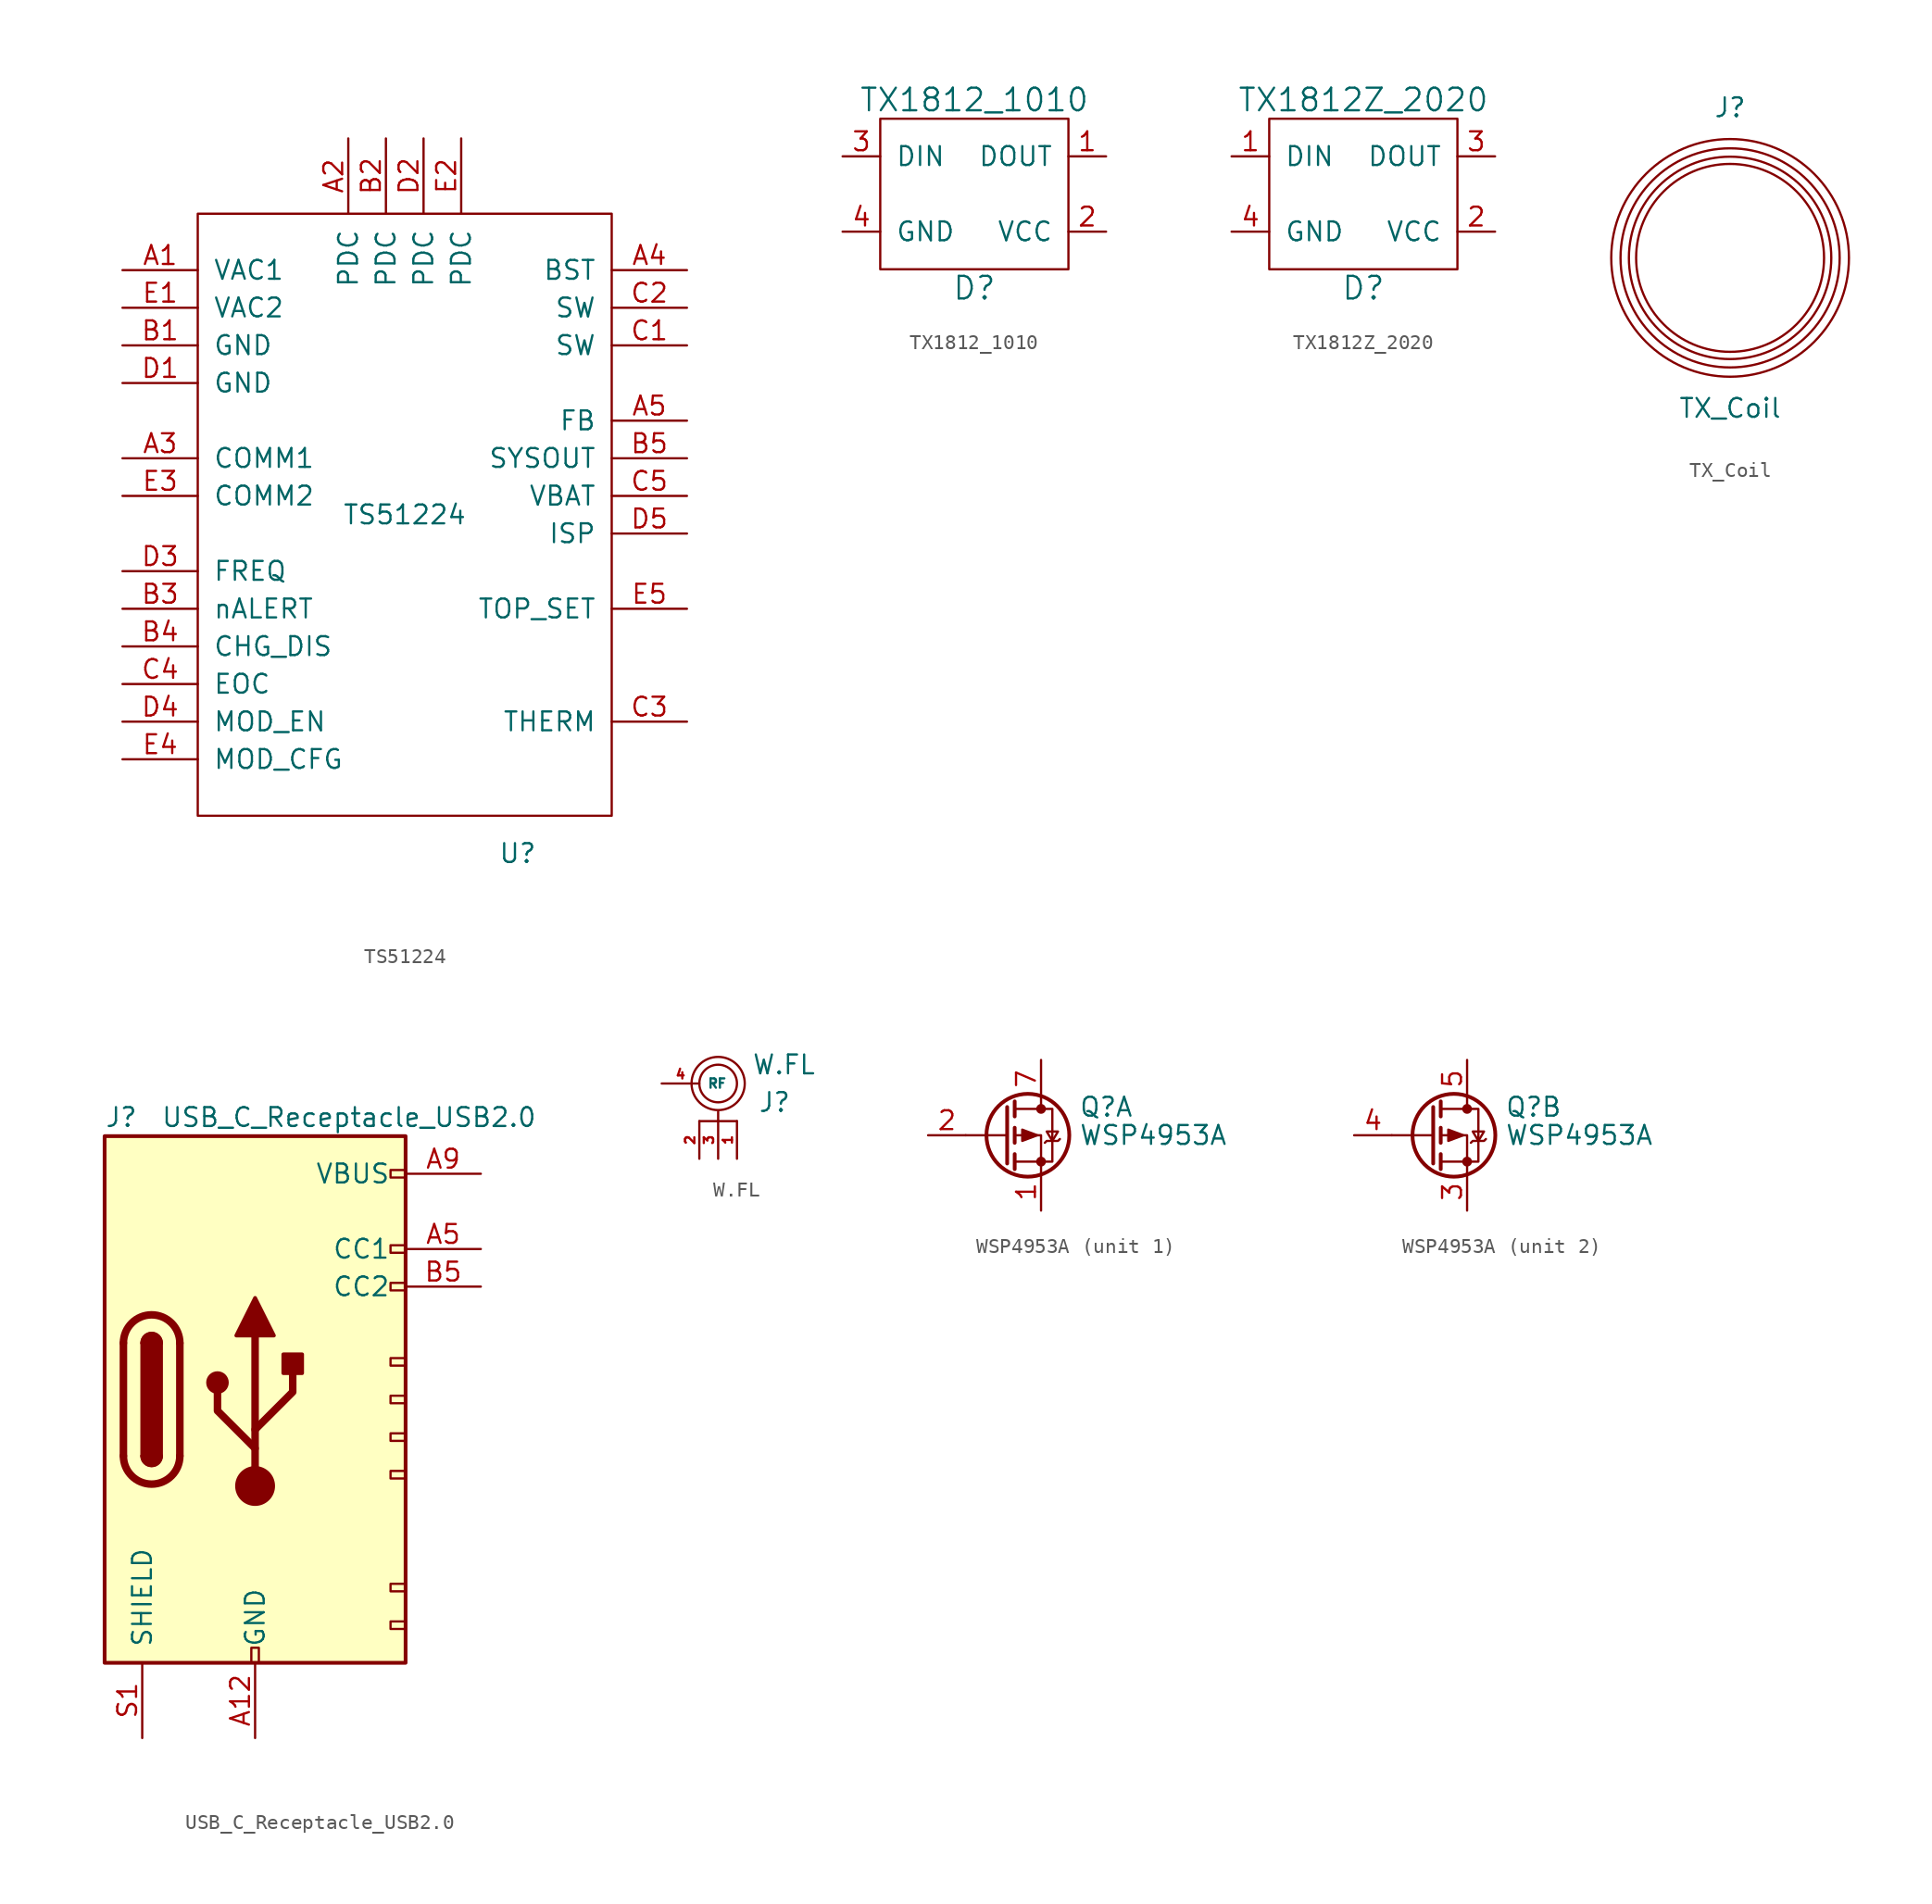
<source format=kicad_sym>
(kicad_symbol_lib
  (version 20231120)
  (generator "kicad_symbol_editor")
  (generator_version "8.0")
  (symbol "TS51224"
    (pin_names
      (offset 1.016))
    (property "Reference" "U"
      (at 7.62 -22.86 0)
      (effects (font (size 1.27 1.27))))
    (property "Value" "TS51224"
      (at 0 0 0)
      (effects (font (size 1.27 1.27))))
    (symbol "TS51224_0_1"
      (rectangle (start -13.97 20.32) (end 13.97 -20.32) (stroke (width 0) (type default)) (fill (type none))))
    (symbol "TS51224_1_1"
      (pin input line (at -19.05 16.51 0) (length 5.08) (name "VAC1" (effects (font (size 1.27 1.27)))) (number "A1" (effects (font (size 1.27 1.27)))))
      (pin power_in line (at -3.81 25.4 270) (length 5.08) (name "PDC" (effects (font (size 1.27 1.27)))) (number "A2" (effects (font (size 1.27 1.27)))))
      (pin input line (at -19.05 3.81 0) (length 5.08) (name "COMM1" (effects (font (size 1.27 1.27)))) (number "A3" (effects (font (size 1.27 1.27)))))
      (pin output line (at 19.05 16.51 180) (length 5.08) (name "BST" (effects (font (size 1.27 1.27)))) (number "A4" (effects (font (size 1.27 1.27)))))
      (pin input line (at 19.05 6.35 180) (length 5.08) (name "FB" (effects (font (size 1.27 1.27)))) (number "A5" (effects (font (size 1.27 1.27)))))
      (pin power_in line (at -19.05 11.43 0) (length 5.08) (name "GND" (effects (font (size 1.27 1.27)))) (number "B1" (effects (font (size 1.27 1.27)))))
      (pin power_in line (at -1.27 25.4 270) (length 5.08) (name "PDC" (effects (font (size 1.27 1.27)))) (number "B2" (effects (font (size 1.27 1.27)))))
      (pin output line (at -19.05 -6.35 0) (length 5.08) (name "nALERT" (effects (font (size 1.27 1.27)))) (number "B3" (effects (font (size 1.27 1.27)))))
      (pin input line (at -19.05 -8.89 0) (length 5.08) (name "CHG_DIS" (effects (font (size 1.27 1.27)))) (number "B4" (effects (font (size 1.27 1.27)))))
      (pin power_out line (at 19.05 3.81 180) (length 5.08) (name "SYSOUT" (effects (font (size 1.27 1.27)))) (number "B5" (effects (font (size 1.27 1.27)))))
      (pin output line (at 19.05 11.43 180) (length 5.08) (name "SW" (effects (font (size 1.27 1.27)))) (number "C1" (effects (font (size 1.27 1.27)))))
      (pin output line (at 19.05 13.97 180) (length 5.08) (name "SW" (effects (font (size 1.27 1.27)))) (number "C2" (effects (font (size 1.27 1.27)))))
      (pin input line (at 19.05 -13.97 180) (length 5.08) (name "THERM" (effects (font (size 1.27 1.27)))) (number "C3" (effects (font (size 1.27 1.27)))))
      (pin output line (at -19.05 -11.43 0) (length 5.08) (name "EOC" (effects (font (size 1.27 1.27)))) (number "C4" (effects (font (size 1.27 1.27)))))
      (pin power_out line (at 19.05 1.27 180) (length 5.08) (name "VBAT" (effects (font (size 1.27 1.27)))) (number "C5" (effects (font (size 1.27 1.27)))))
      (pin power_in line (at -19.05 8.89 0) (length 5.08) (name "GND" (effects (font (size 1.27 1.27)))) (number "D1" (effects (font (size 1.27 1.27)))))
      (pin power_in line (at 1.27 25.4 270) (length 5.08) (name "PDC" (effects (font (size 1.27 1.27)))) (number "D2" (effects (font (size 1.27 1.27)))))
      (pin output line (at -19.05 -3.81 0) (length 5.08) (name "FREQ" (effects (font (size 1.27 1.27)))) (number "D3" (effects (font (size 1.27 1.27)))))
      (pin input line (at -19.05 -13.97 0) (length 5.08) (name "MOD_EN" (effects (font (size 1.27 1.27)))) (number "D4" (effects (font (size 1.27 1.27)))))
      (pin input line (at 19.05 -1.27 180) (length 5.08) (name "ISP" (effects (font (size 1.27 1.27)))) (number "D5" (effects (font (size 1.27 1.27)))))
      (pin input line (at -19.05 13.97 0) (length 5.08) (name "VAC2" (effects (font (size 1.27 1.27)))) (number "E1" (effects (font (size 1.27 1.27)))))
      (pin power_in line (at 3.81 25.4 270) (length 5.08) (name "PDC" (effects (font (size 1.27 1.27)))) (number "E2" (effects (font (size 1.27 1.27)))))
      (pin input line (at -19.05 1.27 0) (length 5.08) (name "COMM2" (effects (font (size 1.27 1.27)))) (number "E3" (effects (font (size 1.27 1.27)))))
      (pin input line (at -19.05 -16.51 0) (length 5.08) (name "MOD_CFG" (effects (font (size 1.27 1.27)))) (number "E4" (effects (font (size 1.27 1.27)))))
      (pin input line (at 19.05 -6.35 180) (length 5.08) (name "TOP_SET" (effects (font (size 1.27 1.27)))) (number "E5" (effects (font (size 1.27 1.27)))))))
  (symbol "TX1812_1010"
    (pin_names
      (offset 1.016))
    (property "Reference" "D"
      (at 0 -6.35 0)
      (effects (font (size 1.524 1.524))))
    (property "Value" "TX1812_1010"
      (at 0 6.35 0)
      (effects (font (size 1.524 1.524))))
    (symbol "TX1812_1010_0_1"
      (rectangle (start -6.35 5.08) (end 6.35 -5.08) (stroke (width 0) (type default)) (fill (type none))))
    (symbol "TX1812_1010_1_1"
      (pin output line (at 8.89 2.54 180) (length 2.54) (name "DOUT" (effects (font (size 1.27 1.27)))) (number "1" (effects (font (size 1.27 1.27)))))
      (pin power_in line (at 8.89 -2.54 180) (length 2.54) (name "VCC" (effects (font (size 1.27 1.27)))) (number "2" (effects (font (size 1.27 1.27)))))
      (pin input line (at -8.89 2.54 0) (length 2.54) (name "DIN" (effects (font (size 1.27 1.27)))) (number "3" (effects (font (size 1.27 1.27)))))
      (pin power_in line (at -8.89 -2.54 0) (length 2.54) (name "GND" (effects (font (size 1.27 1.27)))) (number "4" (effects (font (size 1.27 1.27)))))))
  (symbol "TX1812Z_2020"
    (pin_names
      (offset 1.016))
    (property "Reference" "D"
      (at 0 -6.35 0)
      (effects (font (size 1.524 1.524))))
    (property "Value" "TX1812Z_2020"
      (at 0 6.35 0)
      (effects (font (size 1.524 1.524))))
    (symbol "TX1812Z_2020_0_1"
      (rectangle (start -6.35 5.08) (end 6.35 -5.08) (stroke (width 0) (type default)) (fill (type none))))
    (symbol "TX1812Z_2020_1_1"
      (pin input line (at -8.89 2.54 0) (length 2.54) (name "DIN" (effects (font (size 1.27 1.27)))) (number "1" (effects (font (size 1.27 1.27)))))
      (pin power_in line (at 8.89 -2.54 180) (length 2.54) (name "VCC" (effects (font (size 1.27 1.27)))) (number "2" (effects (font (size 1.27 1.27)))))
      (pin output line (at 8.89 2.54 180) (length 2.54) (name "DOUT" (effects (font (size 1.27 1.27)))) (number "3" (effects (font (size 1.27 1.27)))))
      (pin power_in line (at -8.89 -2.54 0) (length 2.54) (name "GND" (effects (font (size 1.27 1.27)))) (number "4" (effects (font (size 1.27 1.27)))))))
  (symbol "TX_Coil"
    (property "Reference" "J"
      (at 0 10.16 0)
      (effects (font (size 1.27 1.27))))
    (property "Value" "TX_Coil"
      (at 0 -10.16 0)
      (effects (font (size 1.27 1.27))))
    (symbol "TX_Coil_0_1"
      (circle (center 0 0) (radius 6.35) (stroke (width 0) (type default)) (fill (type none)))
      (circle (center 0 0) (radius 6.839) (stroke (width 0) (type default)) (fill (type none)))
      (circle (center 0 0) (radius 7.405) (stroke (width 0) (type default)) (fill (type none)))
      (circle (center 0 0) (radius 8.032) (stroke (width 0) (type default)) (fill (type none)))))
  (symbol "USB_C_Receptacle_USB2.0"
    (pin_names
      (offset 1.016))
    (property "Reference" "J"
      (at -10.16 19.05 0)
      (effects (font (size 1.27 1.27)) (justify left)))
    (property "Value" "USB_C_Receptacle_USB2.0"
      (at 19.05 19.05 0)
      (effects (font (size 1.27 1.27)) (justify right)))
    (symbol "USB_C_Receptacle_USB2.0_0_0"
      (rectangle (start -0.254 -17.78) (end 0.254 -16.764) (stroke (width 0) (type default)) (fill (type none)))
      (rectangle (start 10.16 -14.986) (end 9.144 -15.494) (stroke (width 0) (type default)) (fill (type none)))
      (rectangle (start 10.16 -12.446) (end 9.144 -12.954) (stroke (width 0) (type default)) (fill (type none)))
      (rectangle (start 10.16 -4.826) (end 9.144 -5.334) (stroke (width 0) (type default)) (fill (type none)))
      (rectangle (start 10.16 -2.286) (end 9.144 -2.794) (stroke (width 0) (type default)) (fill (type none)))
      (rectangle (start 10.16 0.254) (end 9.144 -0.254) (stroke (width 0) (type default)) (fill (type none)))
      (rectangle (start 10.16 2.794) (end 9.144 2.286) (stroke (width 0) (type default)) (fill (type none)))
      (rectangle (start 10.16 7.874) (end 9.144 7.366) (stroke (width 0) (type default)) (fill (type none)))
      (rectangle (start 10.16 10.414) (end 9.144 9.906) (stroke (width 0) (type default)) (fill (type none)))
      (rectangle (start 10.16 15.494) (end 9.144 14.986) (stroke (width 0) (type default)) (fill (type none))))
    (symbol "USB_C_Receptacle_USB2.0_0_1"
      (rectangle (start -10.16 17.78) (end 10.16 -17.78) (stroke (width 0.254) (type default)) (fill (type background)))
      (arc (start -8.89 -3.81) (mid -6.985 -5.7067) (end -5.08 -3.81) (stroke (width 0.508) (type default)) (fill (type none)))
      (arc (start -7.62 -3.81) (mid -6.985 -4.4423) (end -6.35 -3.81) (stroke (width 0.254) (type default)) (fill (type none)))
      (arc (start -7.62 -3.81) (mid -6.985 -4.4423) (end -6.35 -3.81) (stroke (width 0.254) (type default)) (fill (type outline)))
      (rectangle (start -7.62 -3.81) (end -6.35 3.81) (stroke (width 0.254) (type default)) (fill (type outline)))
      (arc (start -6.35 3.81) (mid -6.985 4.4423) (end -7.62 3.81) (stroke (width 0.254) (type default)) (fill (type none)))
      (arc (start -6.35 3.81) (mid -6.985 4.4423) (end -7.62 3.81) (stroke (width 0.254) (type default)) (fill (type outline)))
      (arc (start -5.08 3.81) (mid -6.985 5.7067) (end -8.89 3.81) (stroke (width 0.508) (type default)) (fill (type none)))
      (circle (center -2.54 1.143) (radius 0.635) (stroke (width 0.254) (type default)) (fill (type outline)))
      (circle (center 0 -5.842) (radius 1.27) (stroke (width 0) (type default)) (fill (type outline)))
      (polyline (pts (xy -8.89 -3.81) (xy -8.89 3.81)) (stroke (width 0.508) (type default)) (fill (type none)))
      (polyline (pts (xy -5.08 3.81) (xy -5.08 -3.81)) (stroke (width 0.508) (type default)) (fill (type none)))
      (polyline (pts (xy 0 -5.842) (xy 0 4.318)) (stroke (width 0.508) (type default)) (fill (type none)))
      (polyline (pts (xy 0 -3.302) (xy -2.54 -0.762) (xy -2.54 0.508)) (stroke (width 0.508) (type default)) (fill (type none)))
      (polyline (pts (xy 0 -2.032) (xy 2.54 0.508) (xy 2.54 1.778)) (stroke (width 0.508) (type default)) (fill (type none)))
      (polyline (pts (xy -1.27 4.318) (xy 0 6.858) (xy 1.27 4.318) (xy -1.27 4.318)) (stroke (width 0.254) (type default)) (fill (type outline)))
      (rectangle (start 1.905 1.778) (end 3.175 3.048) (stroke (width 0.254) (type default)) (fill (type outline))))
    (symbol "USB_C_Receptacle_USB2.0_1_1"
      (pin passive line (at 0 -22.86 90) (length 5.08) (name "GND" (effects (font (size 1.27 1.27)))) (number "A12" (effects (font (size 1.27 1.27)))))
      (pin bidirectional line (at 15.24 10.16 180) (length 5.08) (name "CC1" (effects (font (size 1.27 1.27)))) (number "A5" (effects (font (size 1.27 1.27)))))
      (pin passive line (at 15.24 15.24 180) (length 5.08) (name "VBUS" (effects (font (size 1.27 1.27)))) (number "A9" (effects (font (size 1.27 1.27)))))
      (pin passive line (at 0 -22.86 90) (length 5.08) hide (name "GND" (effects (font (size 1.27 1.27)))) (number "B12" (effects (font (size 1.27 1.27)))))
      (pin bidirectional line (at 15.24 7.62 180) (length 5.08) (name "CC2" (effects (font (size 1.27 1.27)))) (number "B5" (effects (font (size 1.27 1.27)))))
      (pin passive line (at 15.24 15.24 180) (length 5.08) hide (name "VBUS" (effects (font (size 1.27 1.27)))) (number "B9" (effects (font (size 1.27 1.27)))))
      (pin passive line (at -7.62 -22.86 90) (length 5.08) (name "SHIELD" (effects (font (size 1.27 1.27)))) (number "S1" (effects (font (size 1.27 1.27)))))))
  (symbol "W.FL"
    (property "Reference" "J"
      (at 3.81 -1.27 0)
      (effects (font (size 1.27 1.27))))
    (property "Value" "W.FL"
      (at 4.445 1.27 0)
      (effects (font (size 1.27 1.27))))
    (symbol "W.FL_0_1"
      (polyline (pts (xy -1.27 -2.54) (xy 1.27 -2.54)) (stroke (width 0) (type default)) (fill (type none)))
      (polyline (pts (xy 0 -2.54) (xy 0 -1.905)) (stroke (width 0) (type default)) (fill (type none)))
      (circle (center 0 0) (radius 1.27) (stroke (width 0) (type default)) (fill (type none)))
      (circle (center 0 0) (radius 1.796) (stroke (width 0) (type default)) (fill (type none))))
    (symbol "W.FL_1_1"
      (pin passive line (at 1.27 -5.08 90) (length 2.54) (name "" (effects (font (size 0.63 0.63)))) (number "1" (effects (font (size 0.63 0.63)))))
      (pin passive line (at -1.27 -5.08 90) (length 2.54) (name "" (effects (font (size 0.63 0.63)))) (number "2" (effects (font (size 0.63 0.63)))))
      (pin passive line (at 0 -5.08 90) (length 2.54) (name "" (effects (font (size 0.63 0.63)))) (number "3" (effects (font (size 0.63 0.63)))))
      (pin passive line (at -3.81 0 0) (length 2.54) (name "RF" (effects (font (size 0.63 0.63)))) (number "4" (effects (font (size 0.63 0.63)))))))
  (symbol "WSP4953A"
    (pin_names hide)
    (property "Reference" "Q"
      (at 5.08 1.905 0)
      (effects (font (size 1.27 1.27)) (justify left)))
    (property "Value" "WSP4953A"
      (at 5.08 0 0)
      (effects (font (size 1.27 1.27)) (justify left)))
    (symbol "WSP4953A_0_1"
      (polyline (pts (xy 0.254 0) (xy -2.54 0)) (stroke (width 0) (type default)) (fill (type none)))
      (polyline (pts (xy 0.254 1.905) (xy 0.254 -1.905)) (stroke (width 0.254) (type default)) (fill (type none)))
      (polyline (pts (xy 0.762 -1.27) (xy 0.762 -2.286)) (stroke (width 0.254) (type default)) (fill (type none)))
      (polyline (pts (xy 0.762 0.508) (xy 0.762 -0.508)) (stroke (width 0.254) (type default)) (fill (type none)))
      (polyline (pts (xy 0.762 2.286) (xy 0.762 1.27)) (stroke (width 0.254) (type default)) (fill (type none)))
      (polyline (pts (xy 2.54 2.54) (xy 2.54 1.778)) (stroke (width 0) (type default)) (fill (type none)))
      (polyline (pts (xy 2.54 -2.54) (xy 2.54 0) (xy 0.762 0)) (stroke (width 0) (type default)) (fill (type none)))
      (polyline (pts (xy 0.762 1.778) (xy 3.302 1.778) (xy 3.302 -1.778) (xy 0.762 -1.778)) (stroke (width 0) (type default)) (fill (type none)))
      (polyline (pts (xy 2.286 0) (xy 1.27 0.381) (xy 1.27 -0.381) (xy 2.286 0)) (stroke (width 0) (type default)) (fill (type outline)))
      (polyline (pts (xy 2.794 -0.508) (xy 2.921 -0.381) (xy 3.683 -0.381) (xy 3.81 -0.254)) (stroke (width 0) (type default)) (fill (type none)))
      (polyline (pts (xy 3.302 -0.381) (xy 2.921 0.254) (xy 3.683 0.254) (xy 3.302 -0.381)) (stroke (width 0) (type default)) (fill (type none)))
      (circle (center 1.651 0) (radius 2.794) (stroke (width 0.254) (type default)) (fill (type none)))
      (circle (center 2.54 -1.778) (radius 0.254) (stroke (width 0) (type default)) (fill (type outline)))
      (circle (center 2.54 1.778) (radius 0.254) (stroke (width 0) (type default)) (fill (type outline))))
    (symbol "WSP4953A_1_1"
      (pin passive line (at 2.54 -5.08 90) (length 2.54) (name "S" (effects (font (size 1.27 1.27)))) (number "1" (effects (font (size 1.27 1.27)))))
      (pin input line (at -5.08 0 0) (length 2.54) (name "G" (effects (font (size 1.27 1.27)))) (number "2" (effects (font (size 1.27 1.27)))))
      (pin passive line (at 2.54 5.08 270) (length 2.54) (name "D" (effects (font (size 1.27 1.27)))) (number "7" (effects (font (size 1.27 1.27)))))
      (pin passive line (at 2.54 5.08 270) (length 2.54) hide (name "D" (effects (font (size 1.27 1.27)))) (number "8" (effects (font (size 1.27 1.27))))))
    (symbol "WSP4953A_2_1"
      (pin passive line (at 2.54 -5.08 90) (length 2.54) (name "S" (effects (font (size 1.27 1.27)))) (number "3" (effects (font (size 1.27 1.27)))))
      (pin input line (at -5.08 0 0) (length 2.54) (name "G" (effects (font (size 1.27 1.27)))) (number "4" (effects (font (size 1.27 1.27)))))
      (pin passive line (at 2.54 5.08 270) (length 2.54) (name "D" (effects (font (size 1.27 1.27)))) (number "5" (effects (font (size 1.27 1.27)))))
      (pin passive line (at 2.54 5.08 270) (length 2.54) hide (name "D" (effects (font (size 1.27 1.27)))) (number "6" (effects (font (size 1.27 1.27))))))))
</source>
